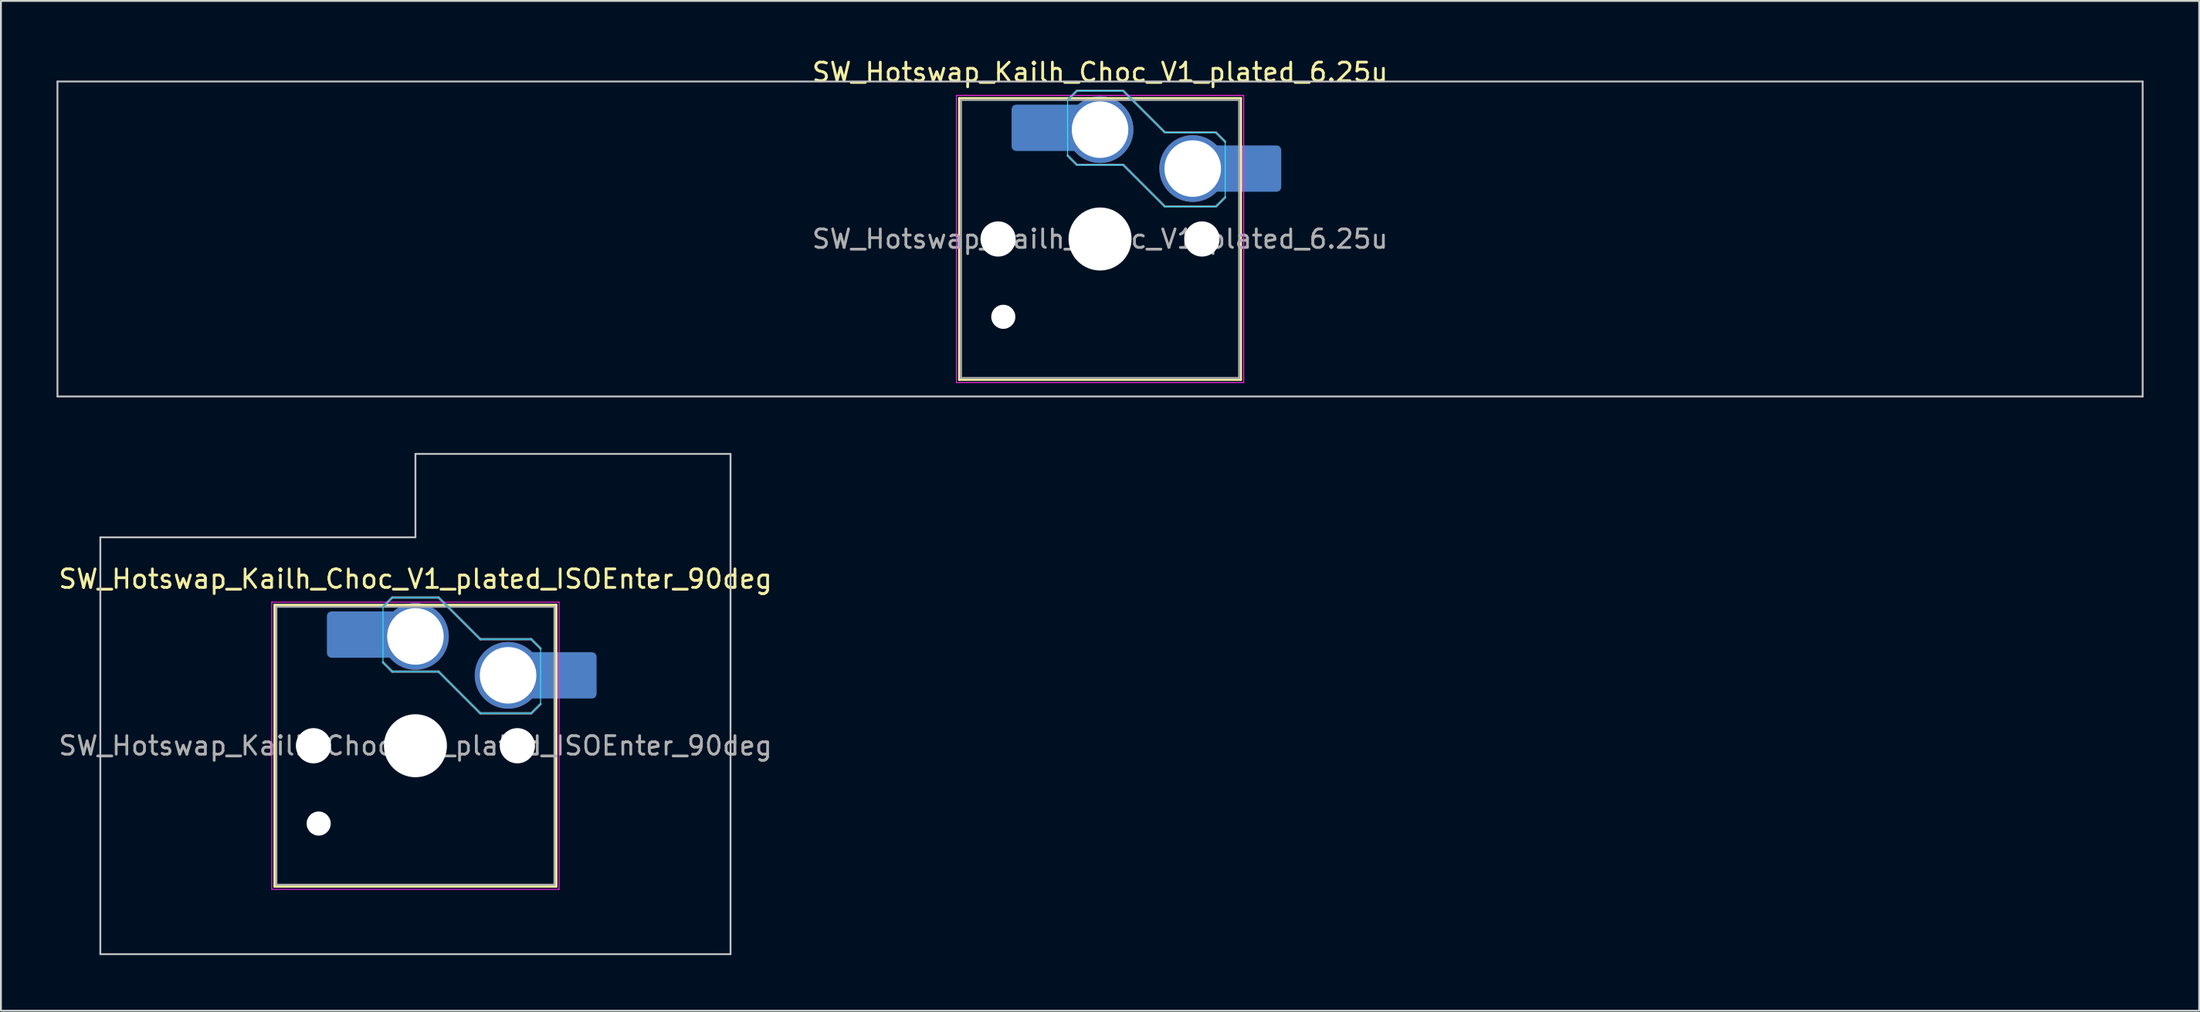
<source format=kicad_pcb>
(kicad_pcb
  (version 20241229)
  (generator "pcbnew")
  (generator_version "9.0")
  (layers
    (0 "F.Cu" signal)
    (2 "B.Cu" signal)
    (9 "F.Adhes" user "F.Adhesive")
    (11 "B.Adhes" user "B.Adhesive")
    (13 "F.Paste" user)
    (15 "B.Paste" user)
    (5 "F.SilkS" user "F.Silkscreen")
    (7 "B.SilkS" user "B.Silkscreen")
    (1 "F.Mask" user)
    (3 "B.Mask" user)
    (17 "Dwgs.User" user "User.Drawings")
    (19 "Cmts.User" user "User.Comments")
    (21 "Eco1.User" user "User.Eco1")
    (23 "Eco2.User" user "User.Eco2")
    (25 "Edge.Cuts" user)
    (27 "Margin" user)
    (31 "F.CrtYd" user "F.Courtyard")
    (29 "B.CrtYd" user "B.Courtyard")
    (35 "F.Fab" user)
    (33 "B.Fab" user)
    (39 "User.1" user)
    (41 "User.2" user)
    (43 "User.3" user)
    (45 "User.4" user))
  (footprint "SW_Hotswap_Kailh_Choc_V1_plated_6.25u"
    (layer "F.Cu")
    (at 56.3 9.848)
    (property "Reference" "SW_Hotswap_Kailh_Choc_V1_plated_6.25u" (at 0 -9 0) (layer "F.SilkS") (effects (font (size 1 1) (thickness 0.15))))
    (attr smd)
    (fp_line (start -7.6 -7.6) (end -7.6 7.6) (stroke (width 0.12) (type solid)) (layer "F.SilkS"))
    (fp_line (start -7.6 7.6) (end 7.6 7.6) (stroke (width 0.12) (type solid)) (layer "F.SilkS"))
    (fp_line (start 7.6 -7.6) (end -7.6 -7.6) (stroke (width 0.12) (type solid)) (layer "F.SilkS"))
    (fp_line (start 7.6 7.6) (end 7.6 -7.6) (stroke (width 0.12) (type solid)) (layer "F.SilkS"))
    (fp_line (start -1.75 -7.5) (end -1.25 -8) (stroke (width 0.12) (type solid)) (layer "B.SilkS"))
    (fp_line (start -1.25 -8) (end 1.25 -8) (stroke (width 0.12) (type solid)) (layer "B.SilkS"))
    (fp_line (start -1.25 -4) (end -1.75 -4.5) (stroke (width 0.12) (type solid)) (layer "B.SilkS"))
    (fp_line (start 1.25 -8) (end 3.5 -5.75) (stroke (width 0.12) (type solid)) (layer "B.SilkS"))
    (fp_line (start 1.25 -4) (end -1.25 -4) (stroke (width 0.12) (type solid)) (layer "B.SilkS"))
    (fp_line (start 3.5 -5.75) (end 6.25 -5.75) (stroke (width 0.12) (type solid)) (layer "B.SilkS"))
    (fp_line (start 3.5 -1.75) (end 1.25 -4) (stroke (width 0.12) (type solid)) (layer "B.SilkS"))
    (fp_line (start 6.25 -5.75) (end 6.75 -5.25) (stroke (width 0.12) (type solid)) (layer "B.SilkS"))
    (fp_line (start 6.25 -1.75) (end 3.5 -1.75) (stroke (width 0.12) (type solid)) (layer "B.SilkS"))
    (fp_line (start 6.75 -2.25) (end 6.25 -1.75) (stroke (width 0.12) (type solid)) (layer "B.SilkS"))
    (fp_line (start -56.25 -8.5) (end -56.25 8.5) (stroke (width 0.1) (type solid)) (layer "Dwgs.User"))
    (fp_line (start -56.25 8.5) (end 56.25 8.5) (stroke (width 0.1) (type solid)) (layer "Dwgs.User"))
    (fp_line (start 56.25 -8.5) (end -56.25 -8.5) (stroke (width 0.1) (type solid)) (layer "Dwgs.User"))
    (fp_line (start 56.25 8.5) (end 56.25 -8.5) (stroke (width 0.1) (type solid)) (layer "Dwgs.User"))
    (fp_line (start -7.25 -7.25) (end -7.25 7.25) (stroke (width 0.1) (type solid)) (layer "Eco1.User"))
    (fp_line (start -7.25 7.25) (end 7.25 7.25) (stroke (width 0.1) (type solid)) (layer "Eco1.User"))
    (fp_line (start 7.25 -7.25) (end -7.25 -7.25) (stroke (width 0.1) (type solid)) (layer "Eco1.User"))
    (fp_line (start 7.25 7.25) (end 7.25 -7.25) (stroke (width 0.1) (type solid)) (layer "Eco1.User"))
    (fp_line (start -1.75 -7.5) (end -1.25 -8) (stroke (width 0.05) (type solid)) (layer "B.CrtYd"))
    (fp_line (start -1.75 -4.5) (end -1.75 -7.5) (stroke (width 0.05) (type solid)) (layer "B.CrtYd"))
    (fp_line (start -1.25 -8) (end 1.25 -8) (stroke (width 0.05) (type solid)) (layer "B.CrtYd"))
    (fp_line (start -1.25 -4) (end -1.75 -4.5) (stroke (width 0.05) (type solid)) (layer "B.CrtYd"))
    (fp_line (start 1.25 -8) (end 3.5 -5.75) (stroke (width 0.05) (type solid)) (layer "B.CrtYd"))
    (fp_line (start 1.25 -4) (end -1.25 -4) (stroke (width 0.05) (type solid)) (layer "B.CrtYd"))
    (fp_line (start 3.5 -5.75) (end 6.25 -5.75) (stroke (width 0.05) (type solid)) (layer "B.CrtYd"))
    (fp_line (start 3.5 -1.75) (end 1.25 -4) (stroke (width 0.05) (type solid)) (layer "B.CrtYd"))
    (fp_line (start 6.25 -5.75) (end 6.75 -5.25) (stroke (width 0.05) (type solid)) (layer "B.CrtYd"))
    (fp_line (start 6.25 -1.75) (end 3.5 -1.75) (stroke (width 0.05) (type solid)) (layer "B.CrtYd"))
    (fp_line (start 6.75 -5.25) (end 6.75 -2.25) (stroke (width 0.05) (type solid)) (layer "B.CrtYd"))
    (fp_line (start 6.75 -2.25) (end 6.25 -1.75) (stroke (width 0.05) (type solid)) (layer "B.CrtYd"))
    (fp_line (start -7.75 -7.75) (end -7.75 7.75) (stroke (width 0.05) (type solid)) (layer "F.CrtYd"))
    (fp_line (start -7.75 7.75) (end 7.75 7.75) (stroke (width 0.05) (type solid)) (layer "F.CrtYd"))
    (fp_line (start 7.75 -7.75) (end -7.75 -7.75) (stroke (width 0.05) (type solid)) (layer "F.CrtYd"))
    (fp_line (start 7.75 7.75) (end 7.75 -7.75) (stroke (width 0.05) (type solid)) (layer "F.CrtYd"))
    (fp_line (start -1.75 -7.5) (end -1.25 -8) (stroke (width 0.1) (type solid)) (layer "B.Fab"))
    (fp_line (start -1.25 -8) (end 1.25 -8) (stroke (width 0.1) (type solid)) (layer "B.Fab"))
    (fp_line (start -1.25 -4) (end -1.75 -4.5) (stroke (width 0.1) (type solid)) (layer "B.Fab"))
    (fp_line (start 1.25 -8) (end 3.5 -5.75) (stroke (width 0.1) (type solid)) (layer "B.Fab"))
    (fp_line (start 1.25 -4) (end -1.25 -4) (stroke (width 0.1) (type solid)) (layer "B.Fab"))
    (fp_line (start 3.5 -5.75) (end 6.25 -5.75) (stroke (width 0.1) (type solid)) (layer "B.Fab"))
    (fp_line (start 3.5 -1.75) (end 1.25 -4) (stroke (width 0.1) (type solid)) (layer "B.Fab"))
    (fp_line (start 6.25 -5.75) (end 6.75 -5.25) (stroke (width 0.1) (type solid)) (layer "B.Fab"))
    (fp_line (start 6.25 -1.75) (end 3.5 -1.75) (stroke (width 0.1) (type solid)) (layer "B.Fab"))
    (fp_line (start 6.75 -2.25) (end 6.25 -1.75) (stroke (width 0.1) (type solid)) (layer "B.Fab"))
    (fp_line (start -7.5 -7.5) (end -7.5 7.5) (stroke (width 0.1) (type solid)) (layer "F.Fab"))
    (fp_line (start -7.5 7.5) (end 7.5 7.5) (stroke (width 0.1) (type solid)) (layer "F.Fab"))
    (fp_line (start 7.5 -7.5) (end -7.5 -7.5) (stroke (width 0.1) (type solid)) (layer "F.Fab"))
    (fp_line (start 7.5 7.5) (end 7.5 -7.5) (stroke (width 0.1) (type solid)) (layer "F.Fab"))
    (fp_text user "${REFERENCE}" (at 0 0 0) (layer "F.Fab") (effects (font (size 1 1) (thickness 0.15))))
    (pad "" np_thru_hole circle (at -5.5 0) (size 1.9 1.9) (drill 1.9) (layers "*.Cu" "*.Mask"))
    (pad "" np_thru_hole circle (at -5.22 4.2) (size 1.3 1.3) (drill 1.3) (layers "*.Cu" "*.Mask"))
    (pad "" smd roundrect (at -3.5 -6) (size 2.55 2.5) (layers "B.Mask" "B.Paste") (roundrect_rratio 0.1))
    (pad "" np_thru_hole circle (at 0 0) (size 3.4 3.4) (drill 3.4) (layers "*.Cu" "*.Mask"))
    (pad "" np_thru_hole circle (at 5.5 0) (size 1.9 1.9) (drill 1.9) (layers "*.Cu" "*.Mask"))
    (pad "" smd roundrect (at 8.5 -3.8) (size 2.55 2.5) (layers "B.Mask" "B.Paste") (roundrect_rratio 0.1))
    (pad "1" smd roundrect (at -2.85 -6) (size 3.85 2.5) (layers "B.Cu") (roundrect_rratio 0.1))
    (pad "1" thru_hole circle (at 0 -5.9) (size 3.6 3.6) (drill 3.05) (layers "*.Cu" "B.Mask"))
    (pad "2" thru_hole circle (at 5 -3.8) (size 3.6 3.6) (drill 3.05) (layers "*.Cu" "B.Mask"))
    (pad "2" smd roundrect (at 7.85 -3.8) (size 3.85 2.5) (layers "B.Cu") (roundrect_rratio 0.1)))
  (footprint "SW_Hotswap_Kailh_Choc_V1_plated_ISOEnter_90deg"
    (layer "F.Cu")
    (at 19.363 37.198)
    (property "Reference" "SW_Hotswap_Kailh_Choc_V1_plated_ISOEnter_90deg" (at 0 -9 0) (layer "F.SilkS") (effects (font (size 1 1) (thickness 0.15))))
    (attr smd)
    (fp_line (start -7.6 -7.6) (end -7.6 7.6) (stroke (width 0.12) (type solid)) (layer "F.SilkS"))
    (fp_line (start -7.6 7.6) (end 7.6 7.6) (stroke (width 0.12) (type solid)) (layer "F.SilkS"))
    (fp_line (start 7.6 -7.6) (end -7.6 -7.6) (stroke (width 0.12) (type solid)) (layer "F.SilkS"))
    (fp_line (start 7.6 7.6) (end 7.6 -7.6) (stroke (width 0.12) (type solid)) (layer "F.SilkS"))
    (fp_line (start -1.75 -7.5) (end -1.25 -8) (stroke (width 0.12) (type solid)) (layer "B.SilkS"))
    (fp_line (start -1.25 -8) (end 1.25 -8) (stroke (width 0.12) (type solid)) (layer "B.SilkS"))
    (fp_line (start -1.25 -4) (end -1.75 -4.5) (stroke (width 0.12) (type solid)) (layer "B.SilkS"))
    (fp_line (start 1.25 -8) (end 3.5 -5.75) (stroke (width 0.12) (type solid)) (layer "B.SilkS"))
    (fp_line (start 1.25 -4) (end -1.25 -4) (stroke (width 0.12) (type solid)) (layer "B.SilkS"))
    (fp_line (start 3.5 -5.75) (end 6.25 -5.75) (stroke (width 0.12) (type solid)) (layer "B.SilkS"))
    (fp_line (start 3.5 -1.75) (end 1.25 -4) (stroke (width 0.12) (type solid)) (layer "B.SilkS"))
    (fp_line (start 6.25 -5.75) (end 6.75 -5.25) (stroke (width 0.12) (type solid)) (layer "B.SilkS"))
    (fp_line (start 6.25 -1.75) (end 3.5 -1.75) (stroke (width 0.12) (type solid)) (layer "B.SilkS"))
    (fp_line (start 6.75 -2.25) (end 6.25 -1.75) (stroke (width 0.12) (type solid)) (layer "B.SilkS"))
    (fp_line (start -17 -11.25) (end -17 11.25) (stroke (width 0.1) (type solid)) (layer "Dwgs.User"))
    (fp_line (start -17 11.25) (end 17 11.25) (stroke (width 0.1) (type solid)) (layer "Dwgs.User"))
    (fp_line (start 0 -15.75) (end 0 -11.25) (stroke (width 0.1) (type solid)) (layer "Dwgs.User"))
    (fp_line (start 0 -11.25) (end -17 -11.25) (stroke (width 0.1) (type solid)) (layer "Dwgs.User"))
    (fp_line (start 17 -15.75) (end 0 -15.75) (stroke (width 0.1) (type solid)) (layer "Dwgs.User"))
    (fp_line (start 17 11.25) (end 17 -15.75) (stroke (width 0.1) (type solid)) (layer "Dwgs.User"))
    (fp_line (start -7.25 -7.25) (end -7.25 7.25) (stroke (width 0.1) (type solid)) (layer "Eco1.User"))
    (fp_line (start -7.25 7.25) (end 7.25 7.25) (stroke (width 0.1) (type solid)) (layer "Eco1.User"))
    (fp_line (start 7.25 -7.25) (end -7.25 -7.25) (stroke (width 0.1) (type solid)) (layer "Eco1.User"))
    (fp_line (start 7.25 7.25) (end 7.25 -7.25) (stroke (width 0.1) (type solid)) (layer "Eco1.User"))
    (fp_line (start -1.75 -7.5) (end -1.25 -8) (stroke (width 0.05) (type solid)) (layer "B.CrtYd"))
    (fp_line (start -1.75 -4.5) (end -1.75 -7.5) (stroke (width 0.05) (type solid)) (layer "B.CrtYd"))
    (fp_line (start -1.25 -8) (end 1.25 -8) (stroke (width 0.05) (type solid)) (layer "B.CrtYd"))
    (fp_line (start -1.25 -4) (end -1.75 -4.5) (stroke (width 0.05) (type solid)) (layer "B.CrtYd"))
    (fp_line (start 1.25 -8) (end 3.5 -5.75) (stroke (width 0.05) (type solid)) (layer "B.CrtYd"))
    (fp_line (start 1.25 -4) (end -1.25 -4) (stroke (width 0.05) (type solid)) (layer "B.CrtYd"))
    (fp_line (start 3.5 -5.75) (end 6.25 -5.75) (stroke (width 0.05) (type solid)) (layer "B.CrtYd"))
    (fp_line (start 3.5 -1.75) (end 1.25 -4) (stroke (width 0.05) (type solid)) (layer "B.CrtYd"))
    (fp_line (start 6.25 -5.75) (end 6.75 -5.25) (stroke (width 0.05) (type solid)) (layer "B.CrtYd"))
    (fp_line (start 6.25 -1.75) (end 3.5 -1.75) (stroke (width 0.05) (type solid)) (layer "B.CrtYd"))
    (fp_line (start 6.75 -5.25) (end 6.75 -2.25) (stroke (width 0.05) (type solid)) (layer "B.CrtYd"))
    (fp_line (start 6.75 -2.25) (end 6.25 -1.75) (stroke (width 0.05) (type solid)) (layer "B.CrtYd"))
    (fp_line (start -7.75 -7.75) (end -7.75 7.75) (stroke (width 0.05) (type solid)) (layer "F.CrtYd"))
    (fp_line (start -7.75 7.75) (end 7.75 7.75) (stroke (width 0.05) (type solid)) (layer "F.CrtYd"))
    (fp_line (start 7.75 -7.75) (end -7.75 -7.75) (stroke (width 0.05) (type solid)) (layer "F.CrtYd"))
    (fp_line (start 7.75 7.75) (end 7.75 -7.75) (stroke (width 0.05) (type solid)) (layer "F.CrtYd"))
    (fp_line (start -1.75 -7.5) (end -1.25 -8) (stroke (width 0.1) (type solid)) (layer "B.Fab"))
    (fp_line (start -1.25 -8) (end 1.25 -8) (stroke (width 0.1) (type solid)) (layer "B.Fab"))
    (fp_line (start -1.25 -4) (end -1.75 -4.5) (stroke (width 0.1) (type solid)) (layer "B.Fab"))
    (fp_line (start 1.25 -8) (end 3.5 -5.75) (stroke (width 0.1) (type solid)) (layer "B.Fab"))
    (fp_line (start 1.25 -4) (end -1.25 -4) (stroke (width 0.1) (type solid)) (layer "B.Fab"))
    (fp_line (start 3.5 -5.75) (end 6.25 -5.75) (stroke (width 0.1) (type solid)) (layer "B.Fab"))
    (fp_line (start 3.5 -1.75) (end 1.25 -4) (stroke (width 0.1) (type solid)) (layer "B.Fab"))
    (fp_line (start 6.25 -5.75) (end 6.75 -5.25) (stroke (width 0.1) (type solid)) (layer "B.Fab"))
    (fp_line (start 6.25 -1.75) (end 3.5 -1.75) (stroke (width 0.1) (type solid)) (layer "B.Fab"))
    (fp_line (start 6.75 -2.25) (end 6.25 -1.75) (stroke (width 0.1) (type solid)) (layer "B.Fab"))
    (fp_line (start -7.5 -7.5) (end -7.5 7.5) (stroke (width 0.1) (type solid)) (layer "F.Fab"))
    (fp_line (start -7.5 7.5) (end 7.5 7.5) (stroke (width 0.1) (type solid)) (layer "F.Fab"))
    (fp_line (start 7.5 -7.5) (end -7.5 -7.5) (stroke (width 0.1) (type solid)) (layer "F.Fab"))
    (fp_line (start 7.5 7.5) (end 7.5 -7.5) (stroke (width 0.1) (type solid)) (layer "F.Fab"))
    (fp_text user "${REFERENCE}" (at 0 0 0) (layer "F.Fab") (effects (font (size 1 1) (thickness 0.15))))
    (pad "" np_thru_hole circle (at -5.5 0) (size 1.9 1.9) (drill 1.9) (layers "*.Cu" "*.Mask"))
    (pad "" np_thru_hole circle (at -5.22 4.2) (size 1.3 1.3) (drill 1.3) (layers "*.Cu" "*.Mask"))
    (pad "" smd roundrect (at -3.5 -6) (size 2.55 2.5) (layers "B.Mask" "B.Paste") (roundrect_rratio 0.1))
    (pad "" np_thru_hole circle (at 0 0) (size 3.4 3.4) (drill 3.4) (layers "*.Cu" "*.Mask"))
    (pad "" np_thru_hole circle (at 5.5 0) (size 1.9 1.9) (drill 1.9) (layers "*.Cu" "*.Mask"))
    (pad "" smd roundrect (at 8.5 -3.8) (size 2.55 2.5) (layers "B.Mask" "B.Paste") (roundrect_rratio 0.1))
    (pad "1" smd roundrect (at -2.85 -6) (size 3.85 2.5) (layers "B.Cu") (roundrect_rratio 0.1))
    (pad "1" thru_hole circle (at 0 -5.9) (size 3.6 3.6) (drill 3.05) (layers "*.Cu" "B.Mask"))
    (pad "2" thru_hole circle (at 5 -3.8) (size 3.6 3.6) (drill 3.05) (layers "*.Cu" "B.Mask"))
    (pad "2" smd roundrect (at 7.85 -3.8) (size 3.85 2.5) (layers "B.Cu") (roundrect_rratio 0.1)))
  (gr_rect
    (start -3 -3)
    (end 115.6 51.498)
    (stroke (width 0.1) (type default))
    (fill no)
    (layer "Edge.Cuts")))
</source>
